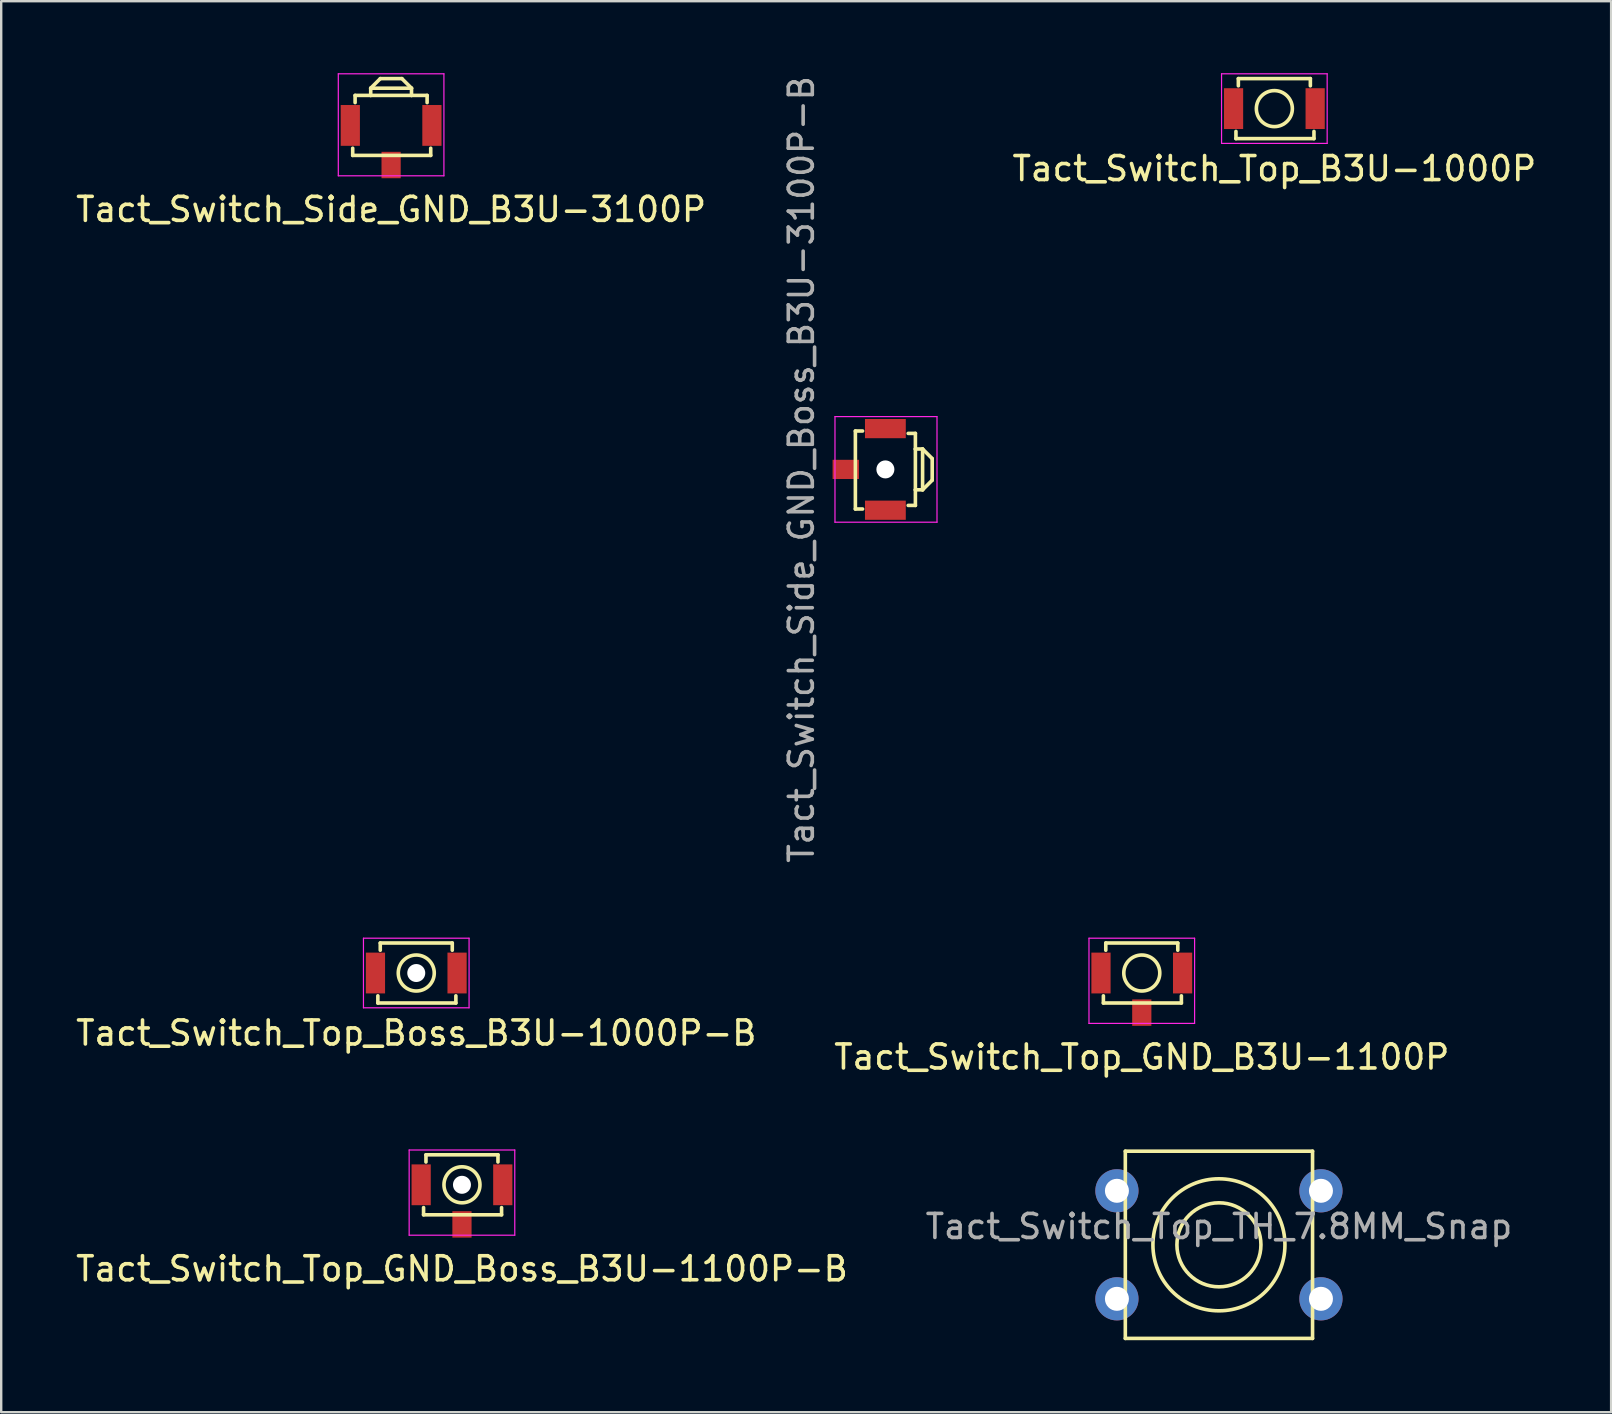
<source format=kicad_pcb>
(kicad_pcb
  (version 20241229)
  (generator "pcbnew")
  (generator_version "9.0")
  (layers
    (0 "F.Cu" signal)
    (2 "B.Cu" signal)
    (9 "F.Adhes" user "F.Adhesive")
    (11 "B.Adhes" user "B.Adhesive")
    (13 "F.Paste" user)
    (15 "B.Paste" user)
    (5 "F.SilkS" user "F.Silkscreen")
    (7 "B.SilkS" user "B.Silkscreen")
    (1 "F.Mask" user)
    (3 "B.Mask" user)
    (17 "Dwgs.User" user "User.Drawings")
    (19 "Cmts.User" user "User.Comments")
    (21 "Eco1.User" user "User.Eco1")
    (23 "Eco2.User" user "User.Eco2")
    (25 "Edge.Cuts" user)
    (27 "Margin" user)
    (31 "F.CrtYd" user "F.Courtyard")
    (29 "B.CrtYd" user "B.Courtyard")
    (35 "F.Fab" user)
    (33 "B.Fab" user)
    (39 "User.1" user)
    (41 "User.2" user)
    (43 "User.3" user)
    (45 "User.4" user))
  (footprint "Tact_Switch_Top_TH_7.8MM_Snap"
    (layer "F.Cu")
    (at 47.732 48.81)
    (property "Reference" "Tact_Switch_Top_TH_7.8MM_Snap" (at 0 -0.762 0) (layer "F.Fab") (effects (font (size 1 1) (thickness 0.15))))
    (attr through_hole)
    (fp_line (start -3.9 -3.9) (end -3.9 3.9) (stroke (width 0.15) (type solid)) (layer "F.SilkS"))
    (fp_line (start -3.9 -3.9) (end 3.9 -3.9) (stroke (width 0.15) (type solid)) (layer "F.SilkS"))
    (fp_line (start 3.9 -3.9) (end 3.9 3.9) (stroke (width 0.15) (type solid)) (layer "F.SilkS"))
    (fp_line (start 3.9 3.9) (end -3.9 3.9) (stroke (width 0.15) (type solid)) (layer "F.SilkS"))
    (fp_circle (center 0 0) (end 0 -1.75) (stroke (width 0.15) (type solid)) (fill no) (layer "F.SilkS"))
    (fp_circle (center 0 0) (end 2.75 0) (stroke (width 0.15) (type solid)) (fill no) (layer "F.SilkS"))
    (pad "1" thru_hole circle (at -4.25 -2.25) (size 1.8 1.8) (drill 1) (layers "*.Cu" "*.Mask"))
    (pad "1" thru_hole circle (at 4.25 -2.25) (size 1.8 1.8) (drill 1) (layers "*.Cu" "*.Mask"))
    (pad "2" thru_hole circle (at -4.25 2.25) (size 1.8 1.8) (drill 1) (layers "*.Cu" "*.Mask"))
    (pad "2" thru_hole circle (at 4.25 2.25) (size 1.8 1.8) (drill 1) (layers "*.Cu" "*.Mask")))
  (footprint "Tact_Switch_Side_GND_B3U-3100P"
    (layer "F.Cu")
    (at 13.244 2.175)
    (property "Reference" "Tact_Switch_Side_GND_B3U-3100P" (at 0 3.5 0) (layer "F.SilkS") (effects (font (size 1 1) (thickness 0.15))))
    (attr through_hole)
    (fp_line (start -1.6 1.25) (end -1.6 0.95) (stroke (width 0.15) (type solid)) (layer "F.SilkS"))
    (fp_line (start -1.6 1.25) (end 1.65 1.25) (stroke (width 0.15) (type solid)) (layer "F.SilkS"))
    (fp_line (start -1.5 -1.25) (end -1.5 -0.95) (stroke (width 0.15) (type solid)) (layer "F.SilkS"))
    (fp_line (start -1.5 -1.25) (end -0.85 -1.25) (stroke (width 0.15) (type solid)) (layer "F.SilkS"))
    (fp_line (start -0.85 -1.55) (end -0.85 -1.25) (stroke (width 0.15) (type solid)) (layer "F.SilkS"))
    (fp_line (start -0.85 -1.55) (end 0.85 -1.55) (stroke (width 0.15) (type solid)) (layer "F.SilkS"))
    (fp_line (start -0.45 -1.95) (end -0.85 -1.55) (stroke (width 0.15) (type solid)) (layer "F.SilkS"))
    (fp_line (start 0.45 -1.95) (end -0.45 -1.95) (stroke (width 0.15) (type solid)) (layer "F.SilkS"))
    (fp_line (start 0.85 -1.55) (end 0.45 -1.95) (stroke (width 0.15) (type solid)) (layer "F.SilkS"))
    (fp_line (start 0.85 -1.25) (end -0.85 -1.25) (stroke (width 0.15) (type solid)) (layer "F.SilkS"))
    (fp_line (start 0.85 -1.25) (end 0.85 -1.55) (stroke (width 0.15) (type solid)) (layer "F.SilkS"))
    (fp_line (start 1.5 -1.25) (end 0.85 -1.25) (stroke (width 0.15) (type solid)) (layer "F.SilkS"))
    (fp_line (start 1.5 -1.25) (end 1.5 -0.95) (stroke (width 0.15) (type solid)) (layer "F.SilkS"))
    (fp_line (start 1.65 1.25) (end 1.65 0.95) (stroke (width 0.15) (type solid)) (layer "F.SilkS"))
    (fp_line (start -2.2 -2.15) (end 2.2 -2.15) (stroke (width 0.05) (type solid)) (layer "F.CrtYd"))
    (fp_line (start -2.2 2.1) (end -2.2 -2.15) (stroke (width 0.05) (type solid)) (layer "F.CrtYd"))
    (fp_line (start 2.2 -2.15) (end 2.2 2.1) (stroke (width 0.05) (type solid)) (layer "F.CrtYd"))
    (fp_line (start 2.2 2.1) (end -2.2 2.1) (stroke (width 0.05) (type solid)) (layer "F.CrtYd"))
    (pad "1" smd rect (at -1.7 0) (size 0.8 1.7) (layers "F.Cu" "F.Mask" "F.Paste"))
    (pad "2" smd rect (at 1.7 0) (size 0.8 1.7) (layers "F.Cu" "F.Mask" "F.Paste"))
    (pad "GND" smd rect (at 0 1.65) (size 0.8 1.1) (layers "F.Cu" "F.Mask" "F.Paste")))
  (footprint "Tact_Switch_Top_GND_Boss_B3U-1100P-B"
    (layer "F.Cu")
    (at 16.196 46.31)
    (property "Reference" "Tact_Switch_Top_GND_Boss_B3U-1100P-B" (at 0 3.5 0) (layer "F.SilkS") (effects (font (size 1 1) (thickness 0.15))))
    (attr through_hole)
    (fp_line (start -1.6 1.25) (end -1.6 0.95) (stroke (width 0.15) (type solid)) (layer "F.SilkS"))
    (fp_line (start -1.6 1.25) (end 1.65 1.25) (stroke (width 0.15) (type solid)) (layer "F.SilkS"))
    (fp_line (start -1.5 -1.25) (end -1.5 -0.95) (stroke (width 0.15) (type solid)) (layer "F.SilkS"))
    (fp_line (start -1.5 -1.25) (end 1.5 -1.25) (stroke (width 0.15) (type solid)) (layer "F.SilkS"))
    (fp_line (start 1.5 -1.25) (end 1.5 -0.95) (stroke (width 0.15) (type solid)) (layer "F.SilkS"))
    (fp_line (start 1.65 1.25) (end 1.65 0.95) (stroke (width 0.15) (type solid)) (layer "F.SilkS"))
    (fp_circle (center 0 0) (end 0.75 0) (stroke (width 0.15) (type solid)) (fill no) (layer "F.SilkS"))
    (fp_line (start -2.2 -1.45) (end 2.2 -1.45) (stroke (width 0.05) (type solid)) (layer "F.CrtYd"))
    (fp_line (start -2.2 2.1) (end -2.2 -1.45) (stroke (width 0.05) (type solid)) (layer "F.CrtYd"))
    (fp_line (start 2.2 -1.45) (end 2.2 2.1) (stroke (width 0.05) (type solid)) (layer "F.CrtYd"))
    (fp_line (start 2.2 2.1) (end -2.2 2.1) (stroke (width 0.05) (type solid)) (layer "F.CrtYd"))
    (pad "" np_thru_hole circle (at 0 0) (size 0.75 0.75) (drill 0.75) (layers "*.Cu"))
    (pad "1" smd rect (at -1.7 0) (size 0.8 1.7) (layers "F.Cu" "F.Mask" "F.Paste"))
    (pad "2" smd rect (at 1.7 0) (size 0.8 1.7) (layers "F.Cu" "F.Mask" "F.Paste"))
    (pad "GND" smd rect (at 0 1.65) (size 0.8 1.1) (layers "F.Cu" "F.Mask" "F.Paste")))
  (footprint "Tact_Switch_Top_GND_B3U-1100P"
    (layer "F.Cu")
    (at 44.518 37.487)
    (property "Reference" "Tact_Switch_Top_GND_B3U-1100P" (at 0 3.5 0) (layer "F.SilkS") (effects (font (size 1 1) (thickness 0.15))))
    (attr through_hole)
    (fp_line (start -1.6 1.25) (end -1.6 0.95) (stroke (width 0.15) (type solid)) (layer "F.SilkS"))
    (fp_line (start -1.6 1.25) (end 1.65 1.25) (stroke (width 0.15) (type solid)) (layer "F.SilkS"))
    (fp_line (start -1.5 -1.25) (end -1.5 -0.95) (stroke (width 0.15) (type solid)) (layer "F.SilkS"))
    (fp_line (start -1.5 -1.25) (end 1.5 -1.25) (stroke (width 0.15) (type solid)) (layer "F.SilkS"))
    (fp_line (start 1.5 -1.25) (end 1.5 -0.95) (stroke (width 0.15) (type solid)) (layer "F.SilkS"))
    (fp_line (start 1.65 1.25) (end 1.65 0.95) (stroke (width 0.15) (type solid)) (layer "F.SilkS"))
    (fp_circle (center 0 0) (end 0.75 0) (stroke (width 0.15) (type solid)) (fill no) (layer "F.SilkS"))
    (fp_line (start -2.2 -1.45) (end 2.2 -1.45) (stroke (width 0.05) (type solid)) (layer "F.CrtYd"))
    (fp_line (start -2.2 2.1) (end -2.2 -1.45) (stroke (width 0.05) (type solid)) (layer "F.CrtYd"))
    (fp_line (start 2.2 -1.45) (end 2.2 2.1) (stroke (width 0.05) (type solid)) (layer "F.CrtYd"))
    (fp_line (start 2.2 2.1) (end -2.2 2.1) (stroke (width 0.05) (type solid)) (layer "F.CrtYd"))
    (pad "1" smd rect (at -1.7 0) (size 0.8 1.7) (layers "F.Cu" "F.Mask" "F.Paste"))
    (pad "2" smd rect (at 1.7 0) (size 0.8 1.7) (layers "F.Cu" "F.Mask" "F.Paste"))
    (pad "GND" smd rect (at 0 1.65) (size 0.8 1.1) (layers "F.Cu" "F.Mask" "F.Paste")))
  (footprint "Tact_Switch_Top_B3U-1000P"
    (layer "F.Cu")
    (at 50.041 1.475)
    (property "Reference" "Tact_Switch_Top_B3U-1000P" (at 0 2.5 0) (layer "F.SilkS") (effects (font (size 1 1) (thickness 0.15))))
    (attr through_hole)
    (fp_line (start -1.6 1.25) (end -1.6 0.95) (stroke (width 0.15) (type solid)) (layer "F.SilkS"))
    (fp_line (start -1.6 1.25) (end 1.65 1.25) (stroke (width 0.15) (type solid)) (layer "F.SilkS"))
    (fp_line (start -1.5 -1.25) (end -1.5 -0.95) (stroke (width 0.15) (type solid)) (layer "F.SilkS"))
    (fp_line (start -1.5 -1.25) (end 1.5 -1.25) (stroke (width 0.15) (type solid)) (layer "F.SilkS"))
    (fp_line (start 1.5 -1.25) (end 1.5 -0.95) (stroke (width 0.15) (type solid)) (layer "F.SilkS"))
    (fp_line (start 1.65 1.25) (end 1.65 0.95) (stroke (width 0.15) (type solid)) (layer "F.SilkS"))
    (fp_circle (center 0 0) (end 0.75 0) (stroke (width 0.15) (type solid)) (fill no) (layer "F.SilkS"))
    (fp_line (start -2.2 -1.45) (end 2.2 -1.45) (stroke (width 0.05) (type solid)) (layer "F.CrtYd"))
    (fp_line (start -2.2 1.45) (end -2.2 -1.45) (stroke (width 0.05) (type solid)) (layer "F.CrtYd"))
    (fp_line (start 2.2 -1.45) (end 2.2 1.45) (stroke (width 0.05) (type solid)) (layer "F.CrtYd"))
    (fp_line (start 2.2 1.45) (end -2.2 1.45) (stroke (width 0.05) (type solid)) (layer "F.CrtYd"))
    (pad "1" smd rect (at -1.7 0) (size 0.8 1.7) (layers "F.Cu" "F.Mask" "F.Paste"))
    (pad "2" smd rect (at 1.7 0) (size 0.8 1.7) (layers "F.Cu" "F.Mask" "F.Paste")))
  (footprint "Tact_Switch_Side_GND_Boss_B3U-3100P-B"
    (layer "F.Cu")
    (at 33.836 16.506)
    (property "Reference" "Tact_Switch_Side_GND_Boss_B3U-3100P-B" (at -3.5 0 270) (layer "F.Fab") (effects (font (size 1 1) (thickness 0.15))))
    (attr through_hole)
    (fp_line (start -1.25 -1.6) (end -1.25 1.65) (stroke (width 0.15) (type solid)) (layer "F.SilkS"))
    (fp_line (start -1.25 -1.6) (end -0.95 -1.6) (stroke (width 0.15) (type solid)) (layer "F.SilkS"))
    (fp_line (start -1.25 1.65) (end -0.95 1.65) (stroke (width 0.15) (type solid)) (layer "F.SilkS"))
    (fp_line (start 1.25 -1.5) (end 0.95 -1.5) (stroke (width 0.15) (type solid)) (layer "F.SilkS"))
    (fp_line (start 1.25 -1.5) (end 1.25 -0.85) (stroke (width 0.15) (type solid)) (layer "F.SilkS"))
    (fp_line (start 1.25 0.85) (end 1.25 -0.85) (stroke (width 0.15) (type solid)) (layer "F.SilkS"))
    (fp_line (start 1.25 0.85) (end 1.55 0.85) (stroke (width 0.15) (type solid)) (layer "F.SilkS"))
    (fp_line (start 1.25 1.5) (end 0.95 1.5) (stroke (width 0.15) (type solid)) (layer "F.SilkS"))
    (fp_line (start 1.25 1.5) (end 1.25 0.85) (stroke (width 0.15) (type solid)) (layer "F.SilkS"))
    (fp_line (start 1.55 -0.85) (end 1.25 -0.85) (stroke (width 0.15) (type solid)) (layer "F.SilkS"))
    (fp_line (start 1.55 -0.85) (end 1.55 0.85) (stroke (width 0.15) (type solid)) (layer "F.SilkS"))
    (fp_line (start 1.55 0.85) (end 1.95 0.45) (stroke (width 0.15) (type solid)) (layer "F.SilkS"))
    (fp_line (start 1.95 -0.45) (end 1.55 -0.85) (stroke (width 0.15) (type solid)) (layer "F.SilkS"))
    (fp_line (start 1.95 0.45) (end 1.95 -0.45) (stroke (width 0.15) (type solid)) (layer "F.SilkS"))
    (fp_line (start -2.1 -2.2) (end 2.15 -2.2) (stroke (width 0.05) (type solid)) (layer "F.CrtYd"))
    (fp_line (start -2.1 2.2) (end -2.1 -2.2) (stroke (width 0.05) (type solid)) (layer "F.CrtYd"))
    (fp_line (start 2.15 -2.2) (end 2.15 2.2) (stroke (width 0.05) (type solid)) (layer "F.CrtYd"))
    (fp_line (start 2.15 2.2) (end -2.1 2.2) (stroke (width 0.05) (type solid)) (layer "F.CrtYd"))
    (pad "" np_thru_hole circle (at 0 0 270) (size 0.75 0.75) (drill 0.75) (layers "*.Cu"))
    (pad "1" smd rect (at 0 -1.7 270) (size 0.8 1.7) (layers "F.Cu" "F.Mask" "F.Paste"))
    (pad "2" smd rect (at 0 1.7 270) (size 0.8 1.7) (layers "F.Cu" "F.Mask" "F.Paste"))
    (pad "GND" smd rect (at -1.65 0 270) (size 0.8 1.1) (layers "F.Cu" "F.Mask" "F.Paste")))
  (footprint "Tact_Switch_Top_Boss_B3U-1000P-B"
    (layer "F.Cu")
    (at 14.292 37.487)
    (property "Reference" "Tact_Switch_Top_Boss_B3U-1000P-B" (at 0 2.5 0) (layer "F.SilkS") (effects (font (size 1 1) (thickness 0.15))))
    (attr through_hole)
    (fp_line (start -1.6 1.25) (end -1.6 0.95) (stroke (width 0.15) (type solid)) (layer "F.SilkS"))
    (fp_line (start -1.6 1.25) (end 1.65 1.25) (stroke (width 0.15) (type solid)) (layer "F.SilkS"))
    (fp_line (start -1.5 -1.25) (end -1.5 -0.95) (stroke (width 0.15) (type solid)) (layer "F.SilkS"))
    (fp_line (start -1.5 -1.25) (end 1.5 -1.25) (stroke (width 0.15) (type solid)) (layer "F.SilkS"))
    (fp_line (start 1.5 -1.25) (end 1.5 -0.95) (stroke (width 0.15) (type solid)) (layer "F.SilkS"))
    (fp_line (start 1.65 1.25) (end 1.65 0.95) (stroke (width 0.15) (type solid)) (layer "F.SilkS"))
    (fp_circle (center 0 0) (end 0.75 0) (stroke (width 0.15) (type solid)) (fill no) (layer "F.SilkS"))
    (fp_line (start -2.2 -1.45) (end 2.2 -1.45) (stroke (width 0.05) (type solid)) (layer "F.CrtYd"))
    (fp_line (start -2.2 1.45) (end -2.2 -1.45) (stroke (width 0.05) (type solid)) (layer "F.CrtYd"))
    (fp_line (start 2.2 -1.45) (end 2.2 1.45) (stroke (width 0.05) (type solid)) (layer "F.CrtYd"))
    (fp_line (start 2.2 1.45) (end -2.2 1.45) (stroke (width 0.05) (type solid)) (layer "F.CrtYd"))
    (pad "" np_thru_hole circle (at 0 0) (size 0.75 0.75) (drill 0.75) (layers "*.Cu" "*.Mask"))
    (pad "1" smd rect (at -1.7 0) (size 0.8 1.7) (layers "F.Cu" "F.Mask" "F.Paste"))
    (pad "2" smd rect (at 1.7 0) (size 0.8 1.7) (layers "F.Cu" "F.Mask" "F.Paste")))
  (gr_rect
    (start -3 -3)
    (end 64.071 55.785)
    (stroke (width 0.1) (type default))
    (fill no)
    (layer "Edge.Cuts")))
</source>
